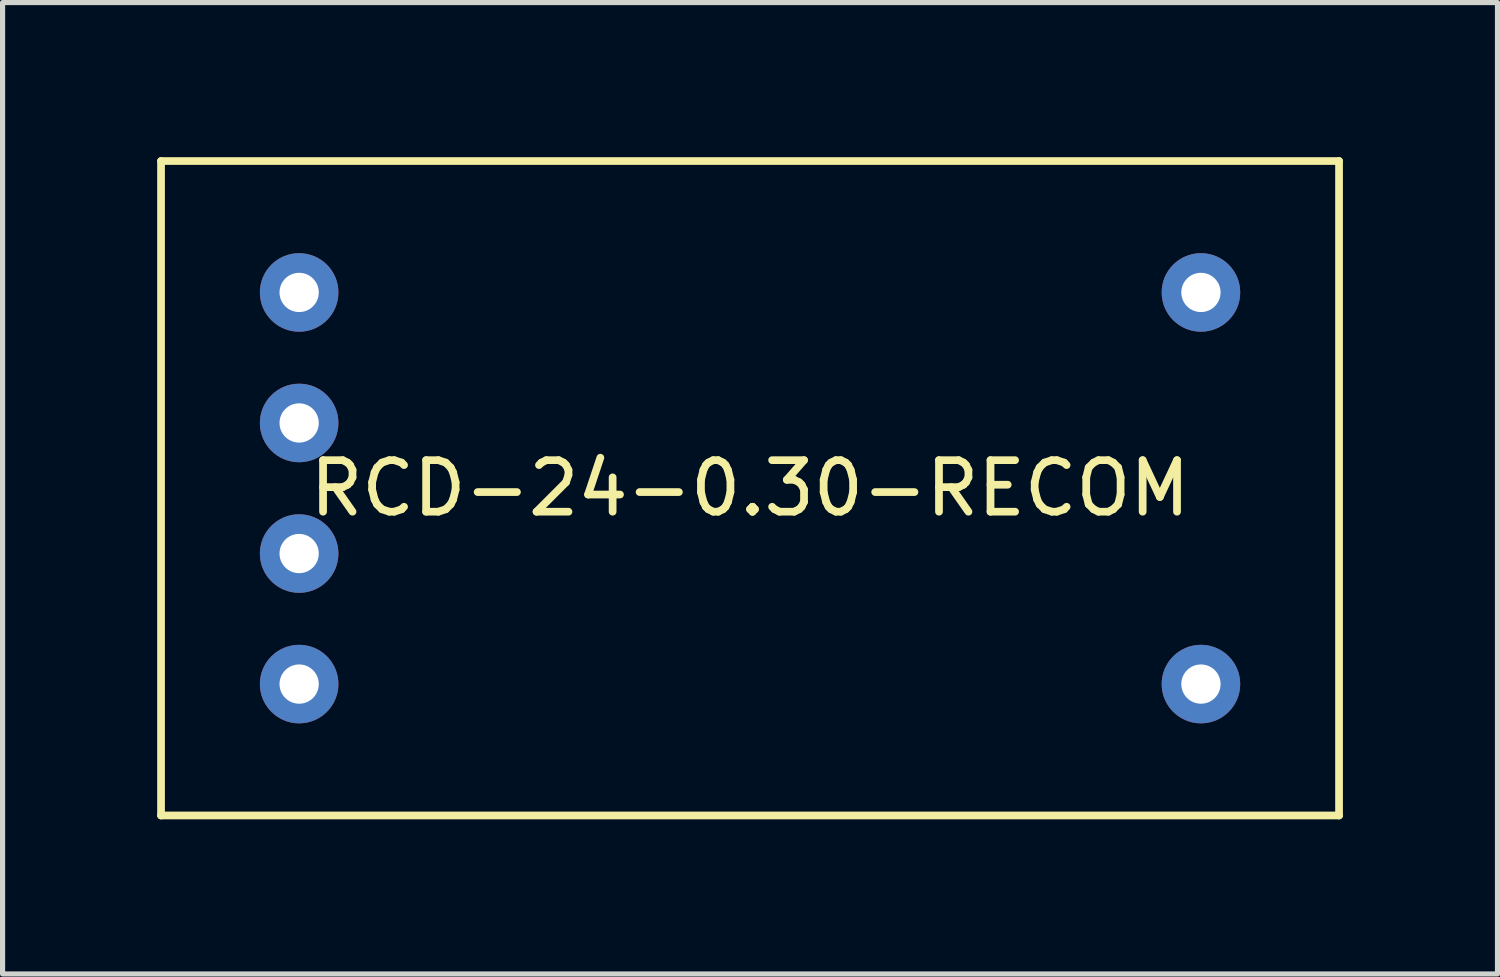
<source format=kicad_pcb>
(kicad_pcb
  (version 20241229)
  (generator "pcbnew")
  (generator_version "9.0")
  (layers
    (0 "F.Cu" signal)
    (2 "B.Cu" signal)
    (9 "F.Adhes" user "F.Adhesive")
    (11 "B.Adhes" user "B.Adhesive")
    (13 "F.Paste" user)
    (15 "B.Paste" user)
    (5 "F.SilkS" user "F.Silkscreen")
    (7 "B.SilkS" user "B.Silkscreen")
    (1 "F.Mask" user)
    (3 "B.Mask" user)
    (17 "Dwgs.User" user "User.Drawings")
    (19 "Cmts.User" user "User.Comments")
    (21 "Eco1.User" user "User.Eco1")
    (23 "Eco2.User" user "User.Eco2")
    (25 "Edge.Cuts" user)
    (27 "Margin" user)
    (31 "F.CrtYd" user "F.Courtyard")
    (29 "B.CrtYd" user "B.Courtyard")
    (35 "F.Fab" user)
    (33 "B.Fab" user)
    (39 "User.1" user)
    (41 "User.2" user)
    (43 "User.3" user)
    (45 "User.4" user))
  (footprint "RCD-24-0.30-RECOM"
    (layer "F.Cu")
    (at 11.505 6.425)
    (property "Reference" "RCD-24-0.30-RECOM" (at 0 0 0) (layer "F.SilkS") (effects (font (size 1 1) (thickness 0.15))))
    (attr through_hole)
    (fp_line (start -11.43 -6.35) (end 11.43 -6.35) (stroke (width 0.15) (type solid)) (layer "F.SilkS"))
    (fp_line (start -11.43 6.35) (end -11.43 -6.35) (stroke (width 0.15) (type solid)) (layer "F.SilkS"))
    (fp_line (start 11.43 -6.35) (end 11.43 6.35) (stroke (width 0.15) (type solid)) (layer "F.SilkS"))
    (fp_line (start 11.43 6.35) (end -11.43 6.35) (stroke (width 0.15) (type solid)) (layer "F.SilkS"))
    (pad "1" thru_hole circle (at -8.75 -3.8) (size 1.524 1.524) (drill 0.762) (layers "*.Cu" "*.Mask"))
    (pad "2" thru_hole circle (at -8.75 -1.267) (size 1.524 1.524) (drill 0.762) (layers "*.Cu" "*.Mask"))
    (pad "3" thru_hole circle (at -8.75 1.267) (size 1.524 1.524) (drill 0.762) (layers "*.Cu" "*.Mask"))
    (pad "4" thru_hole circle (at -8.75 3.8) (size 1.524 1.524) (drill 0.762) (layers "*.Cu" "*.Mask"))
    (pad "5" thru_hole circle (at 8.75 3.8) (size 1.524 1.524) (drill 0.762) (layers "*.Cu" "*.Mask"))
    (pad "6" thru_hole circle (at 8.75 -3.8) (size 1.524 1.524) (drill 0.762) (layers "*.Cu" "*.Mask")))
  (gr_rect
    (start -3 -3)
    (end 26.01 15.85)
    (stroke (width 0.1) (type default))
    (fill no)
    (layer "Edge.Cuts")))
</source>
